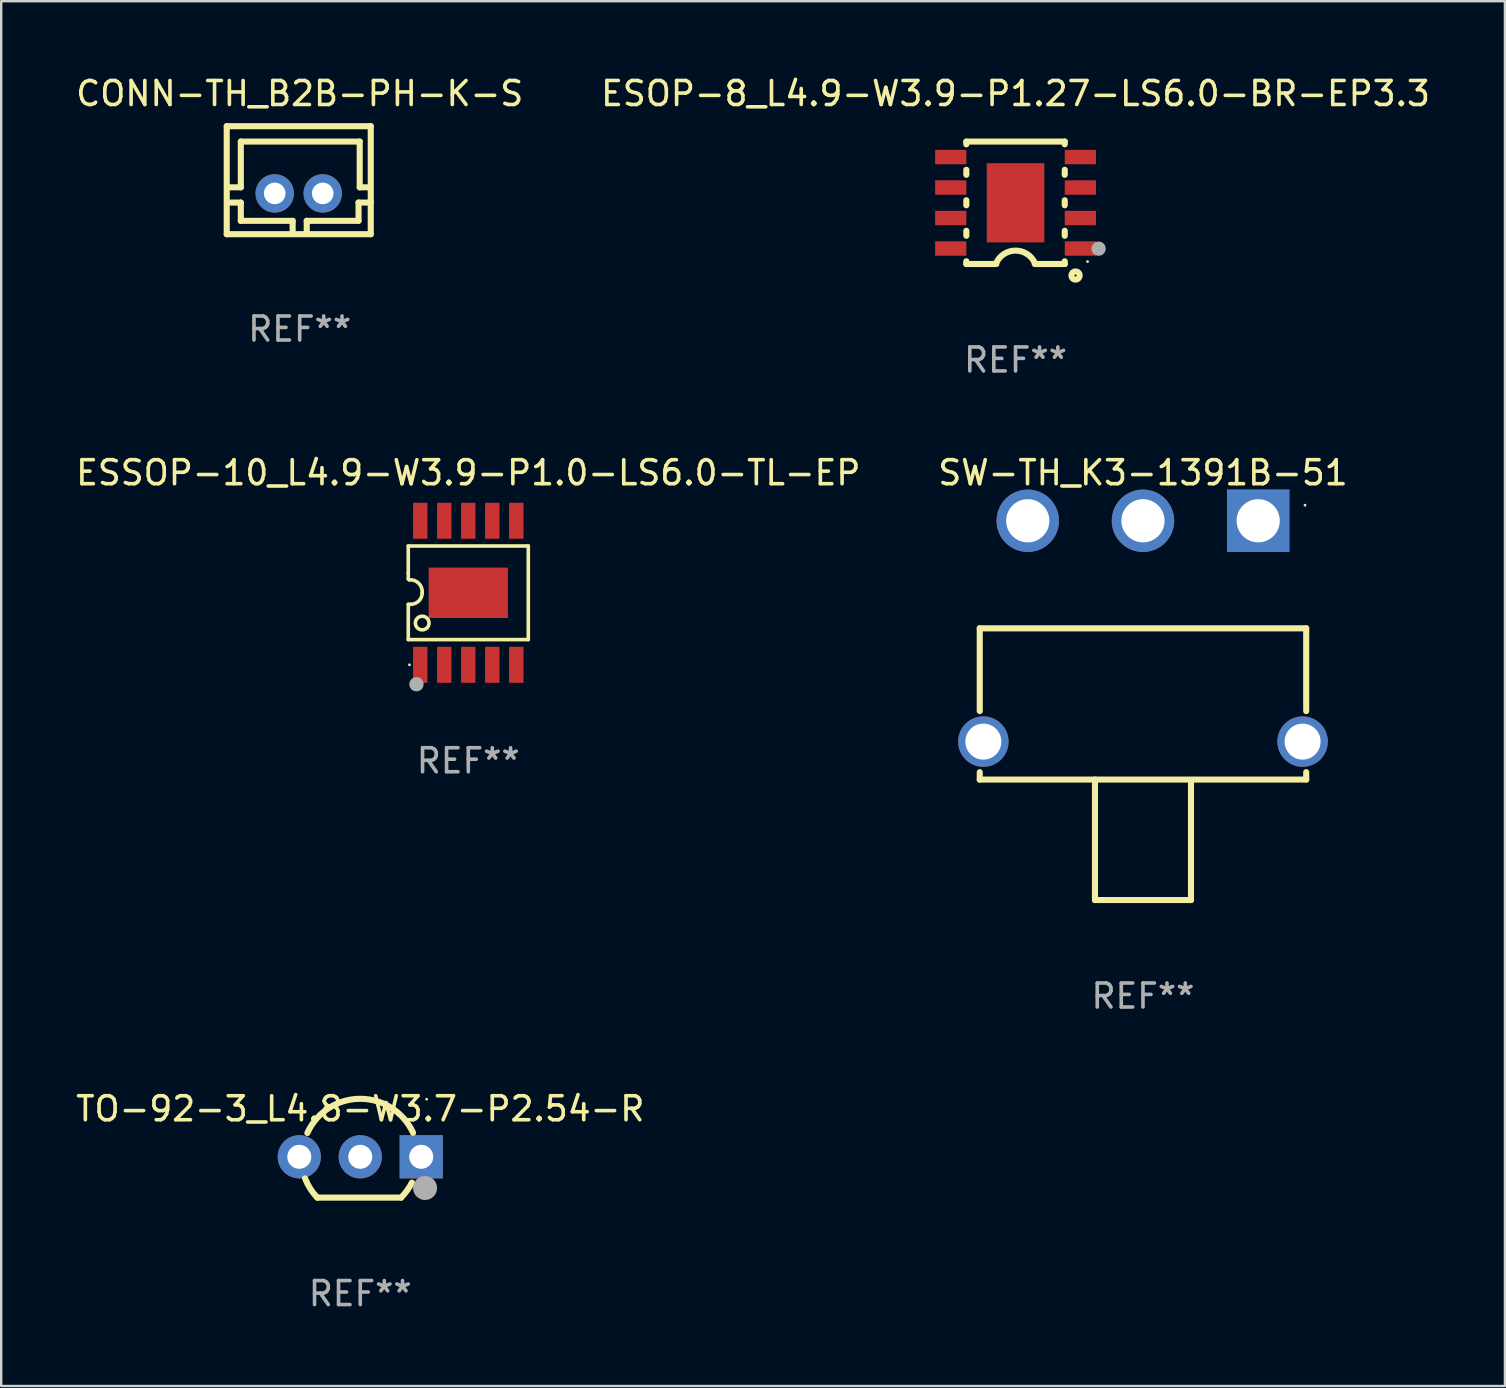
<source format=kicad_pcb>
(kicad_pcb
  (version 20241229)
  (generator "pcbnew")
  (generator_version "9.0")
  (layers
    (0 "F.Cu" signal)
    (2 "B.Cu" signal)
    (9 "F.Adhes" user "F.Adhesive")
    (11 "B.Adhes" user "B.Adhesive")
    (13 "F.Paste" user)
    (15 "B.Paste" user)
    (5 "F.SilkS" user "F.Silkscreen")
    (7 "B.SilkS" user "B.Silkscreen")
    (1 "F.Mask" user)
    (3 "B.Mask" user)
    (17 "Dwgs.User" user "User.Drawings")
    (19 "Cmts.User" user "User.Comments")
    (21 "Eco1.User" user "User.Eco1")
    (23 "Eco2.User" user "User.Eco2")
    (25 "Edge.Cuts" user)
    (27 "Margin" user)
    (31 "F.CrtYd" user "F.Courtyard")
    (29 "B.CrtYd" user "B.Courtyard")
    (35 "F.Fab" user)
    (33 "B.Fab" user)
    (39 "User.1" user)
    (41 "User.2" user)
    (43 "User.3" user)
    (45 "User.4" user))
  (footprint "SW-TH_K3-1391B-51"
    (layer "F.Cu")
    (at 44.565 23.245)
    (property "Reference" "SW-TH_K3-1391B-51" (at -0.000025 -6.6 0) (layer "F.SilkS") (effects (font (size 1 1) (thickness 0.15))))
    (attr through_hole)
    (fp_line (start -6.8 3.328) (end -6.8 -0.12) (stroke (width 0.254) (type solid)) (layer "F.SilkS"))
    (fp_line (start -6.8 6.18) (end -6.8 5.872) (stroke (width 0.254) (type solid)) (layer "F.SilkS"))
    (fp_line (start -2 11.2) (end -2 6.18) (stroke (width 0.254) (type solid)) (layer "F.SilkS"))
    (fp_line (start 2 11.2) (end -2 11.2) (stroke (width 0.254) (type solid)) (layer "F.SilkS"))
    (fp_line (start 2 11.2) (end 2 6.2) (stroke (width 0.254) (type solid)) (layer "F.SilkS"))
    (fp_line (start 6.8 -0.12) (end -6.8 -0.12) (stroke (width 0.254) (type solid)) (layer "F.SilkS"))
    (fp_line (start 6.8 3.328) (end 6.8 -0.12) (stroke (width 0.254) (type solid)) (layer "F.SilkS"))
    (fp_line (start 6.8 6.18) (end -6.8 6.18) (stroke (width 0.254) (type solid)) (layer "F.SilkS"))
    (fp_line (start 6.8 6.18) (end 6.8 5.872) (stroke (width 0.254) (type solid)) (layer "F.SilkS"))
    (fp_circle (center 6.75 -5.25) (end 6.78 -5.25) (stroke (width 0.06) (type solid)) (fill no) (layer "F.SilkS"))
    (fp_text user "REF**" (at -0.000025 15.2 0) (layer "F.Fab") (effects (font (size 1 1) (thickness 0.15))))
    (pad "1" thru_hole rect (at 4.8 -4.6 180) (size 2.6 2.6) (drill 1.8) (layers "*.Cu" "*.Mask"))
    (pad "2" thru_hole circle (at -0.000127 -4.6 180) (size 2.6 2.6) (drill 1.8) (layers "*.Cu" "*.Mask"))
    (pad "3" thru_hole circle (at -4.8 -4.6 180) (size 2.6 2.6) (drill 1.8) (layers "*.Cu" "*.Mask"))
    (pad "4" thru_hole circle (at -6.65 4.6 180) (size 2.1 2.1) (drill 1.5) (layers "*.Cu" "*.Mask"))
    (pad "4" thru_hole circle (at 6.65 4.6 180) (size 2.1 2.1) (drill 1.5) (layers "*.Cu" "*.Mask")))
  (footprint "CONN-TH_B2B-PH-K-S"
    (layer "F.Cu")
    (at 9.395 5.007)
    (property "Reference" "CONN-TH_B2B-PH-K-S" (at 0.04 -4.159 0) (layer "F.SilkS") (effects (font (size 1 1) (thickness 0.15))))
    (attr through_hole)
    (fp_line (start -3 -2.8) (end -3 1.7) (stroke (width 0.254) (type solid)) (layer "F.SilkS"))
    (fp_line (start -3 1.7) (end 3 1.7) (stroke (width 0.254) (type solid)) (layer "F.SilkS"))
    (fp_line (start -2.921 -0.254) (end -2.413 -0.254) (stroke (width 0.254) (type solid)) (layer "F.SilkS"))
    (fp_line (start -2.921 0.381) (end -2.413 0.381) (stroke (width 0.254) (type solid)) (layer "F.SilkS"))
    (fp_line (start -2.413 -2.159) (end 2.54 -2.159) (stroke (width 0.254) (type solid)) (layer "F.SilkS"))
    (fp_line (start -2.413 -0.254) (end -2.413 -2.159) (stroke (width 0.254) (type solid)) (layer "F.SilkS"))
    (fp_line (start -2.413 0.381) (end -2.413 1.143) (stroke (width 0.254) (type solid)) (layer "F.SilkS"))
    (fp_line (start -2.413 1.143) (end -0.254 1.143) (stroke (width 0.254) (type solid)) (layer "F.SilkS"))
    (fp_line (start -0.254 1.143) (end -0.254 1.651) (stroke (width 0.254) (type solid)) (layer "F.SilkS"))
    (fp_line (start 0.333 1.143) (end 0.333 1.651) (stroke (width 0.254) (type solid)) (layer "F.SilkS"))
    (fp_line (start 2.492 0.381) (end 2.492 1.143) (stroke (width 0.254) (type solid)) (layer "F.SilkS"))
    (fp_line (start 2.492 1.143) (end 0.333 1.143) (stroke (width 0.254) (type solid)) (layer "F.SilkS"))
    (fp_line (start 2.54 -2.159) (end 2.54 -0.254) (stroke (width 0.254) (type solid)) (layer "F.SilkS"))
    (fp_line (start 2.54 -0.254) (end 2.921 -0.254) (stroke (width 0.254) (type solid)) (layer "F.SilkS"))
    (fp_line (start 3 -2.8) (end -3 -2.8) (stroke (width 0.254) (type solid)) (layer "F.SilkS"))
    (fp_line (start 3 1.7) (end 3 -2.8) (stroke (width 0.254) (type solid)) (layer "F.SilkS"))
    (fp_line (start 3 0.381) (end 2.492 0.381) (stroke (width 0.254) (type solid)) (layer "F.SilkS"))
    (fp_circle (center 2.95 -2.8) (end 2.98 -2.8) (stroke (width 0.06) (type solid)) (fill no) (layer "F.SilkS"))
    (fp_text user "REF**" (at 0.04 5.651 0) (layer "F.Fab") (effects (font (size 1 1) (thickness 0.15))))
    (pad "1" thru_hole circle (at 1 0 180) (size 1.6 1.6) (drill 0.9) (layers "*.Cu" "*.Mask"))
    (pad "2" thru_hole circle (at -1 0 180) (size 1.6 1.6) (drill 0.9) (layers "*.Cu" "*.Mask")))
  (footprint "ESOP-8_L4.9-W3.9-P1.27-LS6.0-BR-EP3.3"
    (layer "F.Cu")
    (at 39.256 5.398)
    (property "Reference" "ESOP-8_L4.9-W3.9-P1.27-LS6.0-BR-EP3.3" (at -0.000025 -4.55 0) (layer "F.SilkS") (effects (font (size 1 1) (thickness 0.15))))
    (attr smd)
    (fp_line (start -2.05 -2.55) (end 2.05 -2.55) (stroke (width 0.254) (type solid)) (layer "F.SilkS"))
    (fp_line (start -2.05 -2.436) (end -2.05 -2.55) (stroke (width 0.254) (type solid)) (layer "F.SilkS"))
    (fp_line (start -2.05 -1.166) (end -2.05 -1.374) (stroke (width 0.254) (type solid)) (layer "F.SilkS"))
    (fp_line (start -2.05 0.104) (end -2.05 -0.104) (stroke (width 0.254) (type solid)) (layer "F.SilkS"))
    (fp_line (start -2.05 1.374) (end -2.05 1.166) (stroke (width 0.254) (type solid)) (layer "F.SilkS"))
    (fp_line (start -2.05 2.55) (end -2.05 2.436) (stroke (width 0.254) (type solid)) (layer "F.SilkS"))
    (fp_line (start -0.8 2.55) (end -2.05 2.55) (stroke (width 0.254) (type solid)) (layer "F.SilkS"))
    (fp_line (start 0.8 2.55) (end 2.05 2.55) (stroke (width 0.254) (type solid)) (layer "F.SilkS"))
    (fp_line (start 2.05 -2.436) (end 2.05 -2.55) (stroke (width 0.254) (type solid)) (layer "F.SilkS"))
    (fp_line (start 2.05 -1.166) (end 2.05 -1.374) (stroke (width 0.254) (type solid)) (layer "F.SilkS"))
    (fp_line (start 2.05 0.104) (end 2.05 -0.104) (stroke (width 0.254) (type solid)) (layer "F.SilkS"))
    (fp_line (start 2.05 1.374) (end 2.05 1.166) (stroke (width 0.254) (type solid)) (layer "F.SilkS"))
    (fp_line (start 2.05 2.55) (end 2.05 2.436) (stroke (width 0.254) (type solid)) (layer "F.SilkS"))
    (fp_arc (start -0.800102 2.5) (mid 0 1.991544) (end 0.800102 2.5) (stroke (width 0.254001) (type solid)) (layer "F.SilkS"))
    (fp_circle (center 2.5 3.03) (end 2.67 3.03) (stroke (width 0.254) (type solid)) (fill no) (layer "F.SilkS"))
    (fp_circle (center 3 2.45) (end 3.03 2.45) (stroke (width 0.06) (type solid)) (fill no) (layer "F.SilkS"))
    (fp_circle (center 3.46 1.91) (end 3.61 1.91) (stroke (width 0.3) (type solid)) (fill no) (layer "F.Fab"))
    (fp_text user "REF**" (at -0.000025 6.55 0) (layer "F.Fab") (effects (font (size 1 1) (thickness 0.15))))
    (pad "1" smd rect (at 2.7 1.905 180) (size 1.3 0.6) (layers "F.Cu" "F.Mask" "F.Paste"))
    (pad "2" smd rect (at 2.7 0.635 180) (size 1.3 0.6) (layers "F.Cu" "F.Mask" "F.Paste"))
    (pad "3" smd rect (at 2.7 -0.635 180) (size 1.3 0.6) (layers "F.Cu" "F.Mask" "F.Paste"))
    (pad "4" smd rect (at 2.7 -1.905 180) (size 1.3 0.6) (layers "F.Cu" "F.Mask" "F.Paste"))
    (pad "5" smd rect (at -2.7 -1.905 180) (size 1.3 0.6) (layers "F.Cu" "F.Mask" "F.Paste"))
    (pad "6" smd rect (at -2.7 -0.635 180) (size 1.3 0.6) (layers "F.Cu" "F.Mask" "F.Paste"))
    (pad "7" smd rect (at -2.7 0.635 180) (size 1.3 0.6) (layers "F.Cu" "F.Mask" "F.Paste"))
    (pad "8" smd rect (at -2.7 1.905 180) (size 1.3 0.6) (layers "F.Cu" "F.Mask" "F.Paste"))
    (pad "9" smd rect (at -0.000152 0.000076 180) (size 2.4 3.3) (layers "F.Cu" "F.Mask" "F.Paste")))
  (footprint "ESSOP-10_L4.9-W3.9-P1.0-LS6.0-TL-EP"
    (layer "F.Cu")
    (at 16.458 21.645)
    (property "Reference" "ESSOP-10_L4.9-W3.9-P1.0-LS6.0-TL-EP" (at 0 -5 0) (layer "F.SilkS") (effects (font (size 1 1) (thickness 0.15))))
    (attr smd)
    (fp_line (start -2.5 -1.95) (end 2.5 -1.95) (stroke (width 0.15) (type solid)) (layer "F.SilkS"))
    (fp_line (start -2.5 -0.82) (end -2.5 -1.95) (stroke (width 0.15) (type solid)) (layer "F.SilkS"))
    (fp_line (start -2.5 -0.58) (end -2.5 -0.82) (stroke (width 0.15) (type solid)) (layer "F.SilkS"))
    (fp_line (start -2.5 0.48) (end -2.4 0.48) (stroke (width 0.15) (type solid)) (layer "F.SilkS"))
    (fp_line (start -2.5 1.95) (end -2.5 0.48) (stroke (width 0.15) (type solid)) (layer "F.SilkS"))
    (fp_line (start -2.5 1.95) (end 2.5 1.95) (stroke (width 0.15) (type solid)) (layer "F.SilkS"))
    (fp_line (start -2.46 -0.54) (end -2.5 -0.58) (stroke (width 0.15) (type solid)) (layer "F.SilkS"))
    (fp_line (start 2.5 1.95) (end 2.5 -1.95) (stroke (width 0.15) (type solid)) (layer "F.SilkS"))
    (fp_arc (start -2.459995 -0.540005) (mid -2.063915 -0.396079) (end -1.91999 0.000001) (stroke (width 0.150013) (type solid)) (layer "F.SilkS"))
    (fp_arc (start -1.91999 0) (mid -2.060582 0.339418) (end -2.4 0.48001) (stroke (width 0.150013) (type solid)) (layer "F.SilkS"))
    (fp_circle (center -2.45 3) (end -2.42 3) (stroke (width 0.06) (type solid)) (fill no) (layer "F.SilkS"))
    (fp_circle (center -1.92 1.26) (end -1.636 1.26) (stroke (width 0.15) (type solid)) (fill no) (layer "F.SilkS"))
    (fp_circle (center -2.159 3.81) (end -2.009 3.81) (stroke (width 0.3) (type solid)) (fill no) (layer "F.Fab"))
    (fp_text user "REF**" (at 0 7 0) (layer "F.Fab") (effects (font (size 1 1) (thickness 0.15))))
    (pad "1" smd rect (at -2 3 90) (size 1.5 0.6) (layers "F.Cu" "F.Mask" "F.Paste"))
    (pad "2" smd rect (at -1 3 90) (size 1.5 0.6) (layers "F.Cu" "F.Mask" "F.Paste"))
    (pad "3" smd rect (at 0.000076 3 90) (size 1.5 0.6) (layers "F.Cu" "F.Mask" "F.Paste"))
    (pad "4" smd rect (at 1 3 90) (size 1.5 0.6) (layers "F.Cu" "F.Mask" "F.Paste"))
    (pad "5" smd rect (at 2 3 90) (size 1.5 0.6) (layers "F.Cu" "F.Mask" "F.Paste"))
    (pad "6" smd rect (at 2 -3 90) (size 1.5 0.6) (layers "F.Cu" "F.Mask" "F.Paste"))
    (pad "7" smd rect (at 1 -3 90) (size 1.5 0.6) (layers "F.Cu" "F.Mask" "F.Paste"))
    (pad "8" smd rect (at 0.000076 -3 90) (size 1.5 0.6) (layers "F.Cu" "F.Mask" "F.Paste"))
    (pad "9" smd rect (at -1 -3 90) (size 1.5 0.6) (layers "F.Cu" "F.Mask" "F.Paste"))
    (pad "10" smd rect (at -2 -3 90) (size 1.5 0.6) (layers "F.Cu" "F.Mask" "F.Paste"))
    (pad "11" smd rect (at 0.000076 -0.000127 180) (size 3.3 2.1) (layers "F.Cu" "F.Mask" "F.Paste")))
  (footprint "TO-92-3_L4.8-W3.7-P2.54-R"
    (layer "F.Cu")
    (at 11.958 45.141)
    (property "Reference" "TO-92-3_L4.8-W3.7-P2.54-R" (at 0 -2 0) (layer "F.SilkS") (effects (font (size 1 1) (thickness 0.15))))
    (attr through_hole)
    (fp_line (start -1.781 1.7) (end 1.7 1.7) (stroke (width 0.254) (type solid)) (layer "F.SilkS"))
    (fp_arc (start -2.203759 -0.991694) (mid -0.004559 -2.416604) (end 2.2 -1) (stroke (width 0.254001) (type solid)) (layer "F.SilkS"))
    (fp_arc (start -1.798527 1.692736) (mid -2.087244 1.320394) (end -2.3 0.9) (stroke (width 0.254001) (type solid)) (layer "F.SilkS"))
    (fp_arc (start -1.781001 1.7) (mid -1.790486 1.698111) (end -1.798527 1.692736) (stroke (width 0.254001) (type solid)) (layer "F.SilkS"))
    (fp_arc (start 2.150343 1.075184) (mid 1.950355 1.405743) (end 1.7 1.7) (stroke (width 0.254001) (type solid)) (layer "F.SilkS"))
    (fp_circle (center 2.765 -2.4) (end 2.795 -2.4) (stroke (width 0.06) (type solid)) (fill no) (layer "F.SilkS"))
    (fp_circle (center 2.7 1.3) (end 2.95 1.3) (stroke (width 0.5) (type solid)) (fill no) (layer "F.Fab"))
    (fp_text user "REF**" (at 0 5.7 0) (layer "F.Fab") (effects (font (size 1 1) (thickness 0.15))))
    (pad "1" thru_hole rect (at 2.54 0 270) (size 1.8 1.8) (drill 1) (layers "*.Cu" "*.Mask"))
    (pad "2" thru_hole circle (at 0 0 270) (size 1.8 1.8) (drill 1) (layers "*.Cu" "*.Mask"))
    (pad "3" thru_hole circle (at -2.54 0 270) (size 1.8 1.8) (drill 1) (layers "*.Cu" "*.Mask")))
  (gr_rect
    (start -3 -3)
    (end 59.643 54.689)
    (stroke (width 0.1) (type default))
    (fill no)
    (layer "Edge.Cuts")))
</source>
